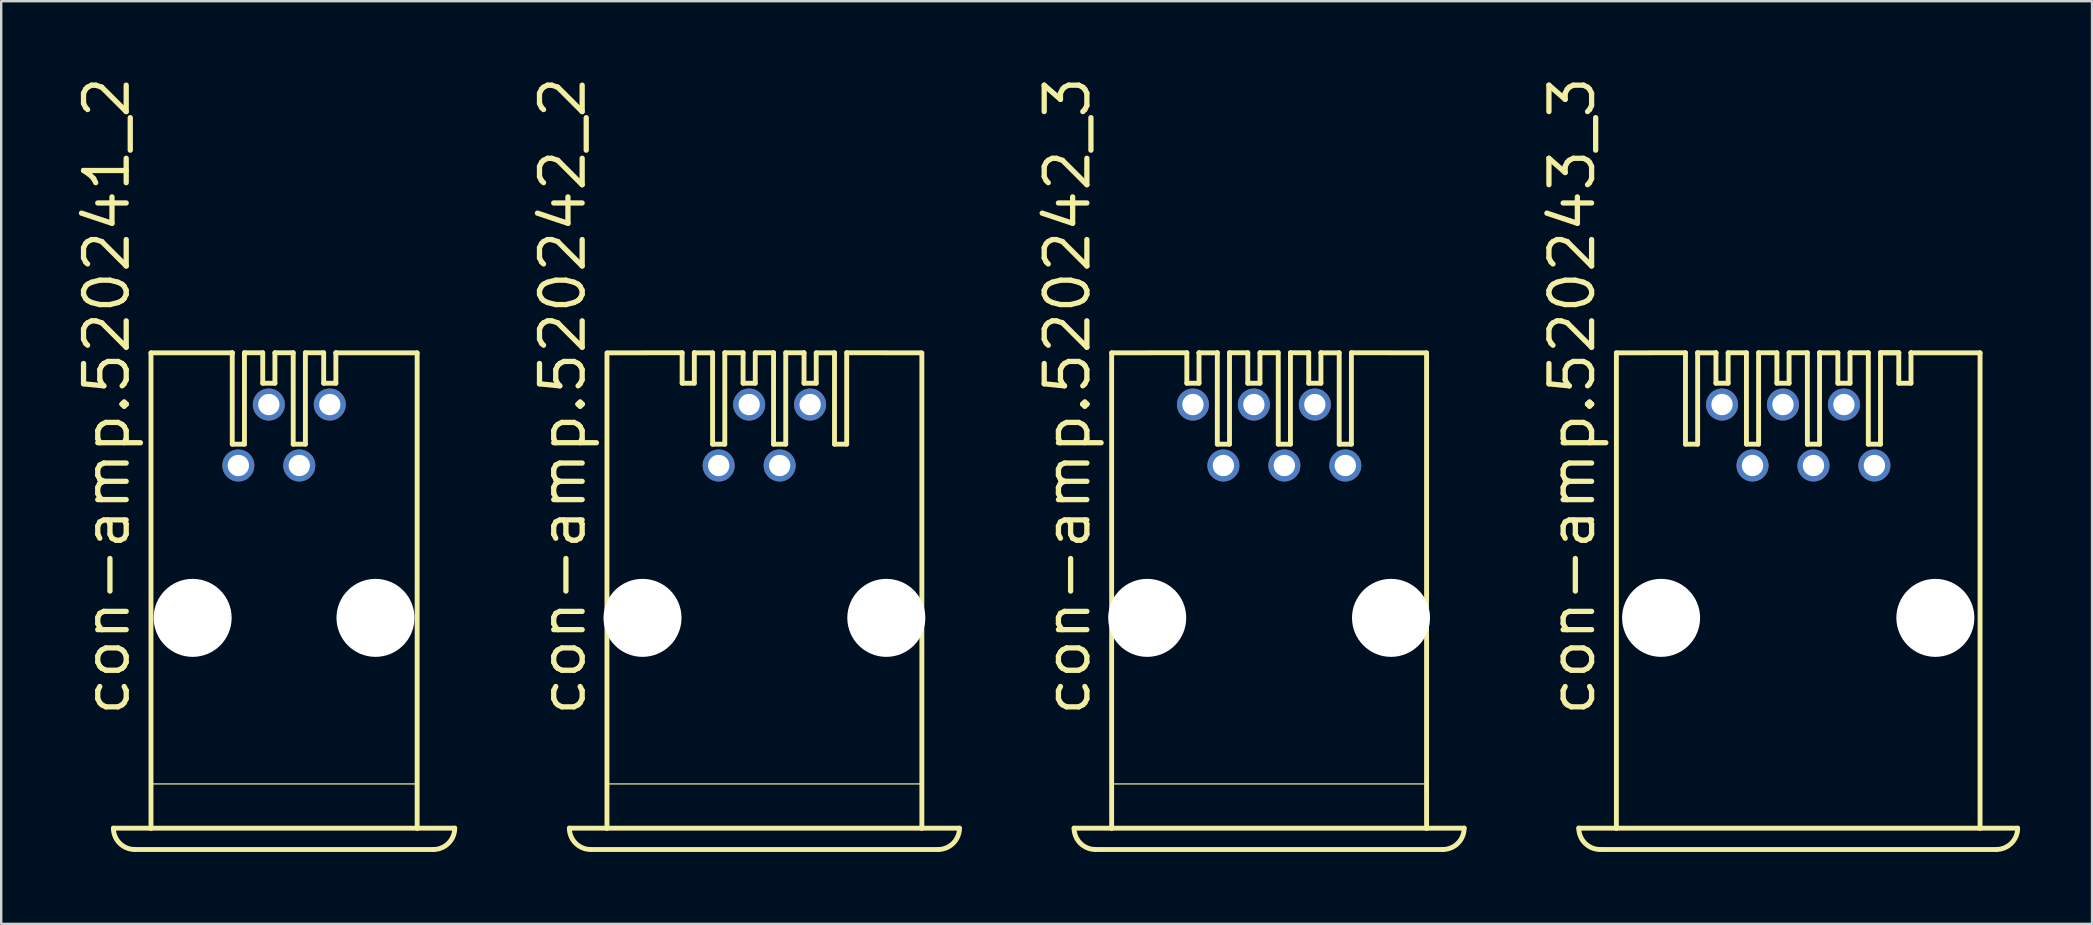
<source format=kicad_pcb>
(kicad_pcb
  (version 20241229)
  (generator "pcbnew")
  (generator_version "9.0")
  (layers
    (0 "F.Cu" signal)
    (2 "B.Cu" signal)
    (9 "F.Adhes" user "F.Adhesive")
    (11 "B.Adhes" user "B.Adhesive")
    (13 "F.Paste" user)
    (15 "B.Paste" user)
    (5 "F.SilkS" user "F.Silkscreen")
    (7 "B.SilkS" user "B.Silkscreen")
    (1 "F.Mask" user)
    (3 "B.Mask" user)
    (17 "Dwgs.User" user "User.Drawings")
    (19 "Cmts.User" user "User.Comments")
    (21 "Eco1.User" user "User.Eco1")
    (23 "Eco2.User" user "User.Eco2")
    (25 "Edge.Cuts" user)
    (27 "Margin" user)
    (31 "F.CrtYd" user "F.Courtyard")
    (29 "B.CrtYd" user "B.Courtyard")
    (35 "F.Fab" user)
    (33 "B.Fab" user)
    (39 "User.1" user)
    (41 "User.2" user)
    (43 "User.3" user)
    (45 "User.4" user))
  (footprint "con-amp.520242_2"
    (layer "F.Cu")
    (at 28.806 22.699)
    (property "Reference" "con-amp.520242_2" (at -7.366 4.191 90) (layer "F.SilkS") (effects (font (size 1.778 1.778) (thickness 0.22)) (justify left bottom)))
    (attr through_hole)
    (fp_line (start -8.128 8.763) (end 8.128 8.763) (stroke (width 0.203) (type default)) (layer "F.SilkS"))
    (fp_line (start -7.239 9.652) (end 7.239 9.652) (stroke (width 0.203) (type default)) (layer "F.SilkS"))
    (fp_line (start -6.562 -11.044) (end -6.562 8.776) (stroke (width 0.203) (type default)) (layer "F.SilkS"))
    (fp_line (start -6.54 6.921) (end 6.54 6.921) (stroke (width 0.051) (type default)) (layer "F.SilkS"))
    (fp_line (start -6.519 -11.044) (end -3.429 -11.049) (stroke (width 0.203) (type default)) (layer "F.SilkS"))
    (fp_line (start -3.429 -11.049) (end -3.429 -9.779) (stroke (width 0.203) (type default)) (layer "F.SilkS"))
    (fp_line (start -3.429 -9.779) (end -2.921 -9.779) (stroke (width 0.203) (type default)) (layer "F.SilkS"))
    (fp_line (start -2.921 -11.049) (end -2.921 -11.044) (stroke (width 0.203) (type default)) (layer "F.SilkS"))
    (fp_line (start -2.921 -11.044) (end -2.921 -9.779) (stroke (width 0.203) (type default)) (layer "F.SilkS"))
    (fp_line (start -2.921 -11.044) (end -2.159 -11.044) (stroke (width 0.203) (type default)) (layer "F.SilkS"))
    (fp_line (start -2.159 -11.044) (end -2.159 -7.239) (stroke (width 0.203) (type default)) (layer "F.SilkS"))
    (fp_line (start -2.159 -7.239) (end -1.651 -7.239) (stroke (width 0.203) (type default)) (layer "F.SilkS"))
    (fp_line (start -1.651 -11.049) (end -1.651 -7.239) (stroke (width 0.203) (type default)) (layer "F.SilkS"))
    (fp_line (start -1.651 -11.049) (end -0.889 -11.049) (stroke (width 0.203) (type default)) (layer "F.SilkS"))
    (fp_line (start -0.889 -11.049) (end -0.889 -9.779) (stroke (width 0.203) (type default)) (layer "F.SilkS"))
    (fp_line (start -0.889 -9.779) (end -0.381 -9.779) (stroke (width 0.203) (type default)) (layer "F.SilkS"))
    (fp_line (start -0.381 -11.049) (end -0.381 -9.779) (stroke (width 0.203) (type default)) (layer "F.SilkS"))
    (fp_line (start -0.381 -11.049) (end 0.381 -11.049) (stroke (width 0.203) (type default)) (layer "F.SilkS"))
    (fp_line (start 0.381 -11.049) (end 0.381 -7.239) (stroke (width 0.203) (type default)) (layer "F.SilkS"))
    (fp_line (start 0.381 -7.239) (end 0.889 -7.239) (stroke (width 0.203) (type default)) (layer "F.SilkS"))
    (fp_line (start 0.889 -11.049) (end 0.889 -7.239) (stroke (width 0.203) (type default)) (layer "F.SilkS"))
    (fp_line (start 0.889 -11.049) (end 1.651 -11.049) (stroke (width 0.203) (type default)) (layer "F.SilkS"))
    (fp_line (start 1.651 -11.049) (end 1.651 -9.779) (stroke (width 0.203) (type default)) (layer "F.SilkS"))
    (fp_line (start 1.651 -9.779) (end 2.159 -9.779) (stroke (width 0.203) (type default)) (layer "F.SilkS"))
    (fp_line (start 2.159 -11.044) (end 2.159 -9.779) (stroke (width 0.203) (type default)) (layer "F.SilkS"))
    (fp_line (start 2.159 -11.044) (end 2.921 -11.044) (stroke (width 0.203) (type default)) (layer "F.SilkS"))
    (fp_line (start 2.921 -11.049) (end 2.921 -7.239) (stroke (width 0.203) (type default)) (layer "F.SilkS"))
    (fp_line (start 2.921 -7.239) (end 3.429 -7.239) (stroke (width 0.203) (type default)) (layer "F.SilkS"))
    (fp_line (start 3.429 -11.049) (end 3.429 -7.239) (stroke (width 0.203) (type default)) (layer "F.SilkS"))
    (fp_line (start 3.429 -11.049) (end 6.519 -11.044) (stroke (width 0.203) (type default)) (layer "F.SilkS"))
    (fp_line (start 6.562 8.776) (end 6.562 -11.044) (stroke (width 0.203) (type default)) (layer "F.SilkS"))
    (fp_arc (start -7.239 9.652) (mid -7.867618 9.391618) (end -8.128 8.763) (stroke (width 0.2032) (type default)) (layer "F.SilkS"))
    (fp_arc (start 8.128 8.763) (mid 7.867618 9.391618) (end 7.239 9.652) (stroke (width 0.2032) (type default)) (layer "F.SilkS"))
    (pad "" np_thru_hole circle (at -5.08 0) (size 3.251 3.251) (drill 3.251) (layers "*.Cu" "*.Mask"))
    (pad "" np_thru_hole circle (at 5.08 0) (size 3.251 3.251) (drill 3.251) (layers "*.Cu" "*.Mask"))
    (pad "1" thru_hole circle (at -1.905 -6.35) (size 1.333 1.333) (drill 0.889) (layers "*.Cu" "*.Mask"))
    (pad "2" thru_hole circle (at -0.635 -8.89) (size 1.333 1.333) (drill 0.889) (layers "*.Cu" "*.Mask"))
    (pad "3" thru_hole circle (at 0.635 -6.35) (size 1.333 1.333) (drill 0.889) (layers "*.Cu" "*.Mask"))
    (pad "4" thru_hole circle (at 1.905 -8.89) (size 1.333 1.333) (drill 0.889) (layers "*.Cu" "*.Mask")))
  (footprint "con-amp.520242_3"
    (layer "F.Cu")
    (at 49.839 22.699)
    (property "Reference" "con-amp.520242_3" (at -7.366 4.191 90) (layer "F.SilkS") (effects (font (size 1.778 1.778) (thickness 0.22)) (justify left bottom)))
    (attr through_hole)
    (fp_line (start -6.562 -11.044) (end -3.429 -11.049) (stroke (width 0.203) (type default)) (layer "F.SilkS"))
    (fp_line (start -6.562 8.776) (end -6.562 -11.044) (stroke (width 0.203) (type default)) (layer "F.SilkS"))
    (fp_line (start -3.429 -11.049) (end -3.429 -9.779) (stroke (width 0.203) (type default)) (layer "F.SilkS"))
    (fp_line (start -3.429 -9.779) (end -2.921 -9.779) (stroke (width 0.203) (type default)) (layer "F.SilkS"))
    (fp_line (start -2.921 -11.049) (end -2.921 -11.044) (stroke (width 0.203) (type default)) (layer "F.SilkS"))
    (fp_line (start -2.921 -11.044) (end -2.921 -9.779) (stroke (width 0.203) (type default)) (layer "F.SilkS"))
    (fp_line (start -2.921 -11.044) (end -2.159 -11.044) (stroke (width 0.203) (type default)) (layer "F.SilkS"))
    (fp_line (start -2.159 -11.049) (end -2.159 -11.044) (stroke (width 0.203) (type default)) (layer "F.SilkS"))
    (fp_line (start -2.159 -11.044) (end -2.159 -7.239) (stroke (width 0.203) (type default)) (layer "F.SilkS"))
    (fp_line (start -2.159 -7.239) (end -1.651 -7.239) (stroke (width 0.203) (type default)) (layer "F.SilkS"))
    (fp_line (start -1.651 -11.049) (end -1.651 -7.239) (stroke (width 0.203) (type default)) (layer "F.SilkS"))
    (fp_line (start -1.651 -11.049) (end -0.889 -11.049) (stroke (width 0.203) (type default)) (layer "F.SilkS"))
    (fp_line (start -0.889 -11.049) (end -0.889 -9.779) (stroke (width 0.203) (type default)) (layer "F.SilkS"))
    (fp_line (start -0.889 -9.779) (end -0.381 -9.779) (stroke (width 0.203) (type default)) (layer "F.SilkS"))
    (fp_line (start -0.381 -11.049) (end -0.381 -9.779) (stroke (width 0.203) (type default)) (layer "F.SilkS"))
    (fp_line (start -0.381 -11.049) (end 0.381 -11.049) (stroke (width 0.203) (type default)) (layer "F.SilkS"))
    (fp_line (start 0.381 -11.049) (end 0.381 -7.239) (stroke (width 0.203) (type default)) (layer "F.SilkS"))
    (fp_line (start 0.381 -7.239) (end 0.889 -7.239) (stroke (width 0.203) (type default)) (layer "F.SilkS"))
    (fp_line (start 0.889 -11.049) (end 0.889 -7.239) (stroke (width 0.203) (type default)) (layer "F.SilkS"))
    (fp_line (start 0.889 -11.049) (end 1.651 -11.049) (stroke (width 0.203) (type default)) (layer "F.SilkS"))
    (fp_line (start 1.651 -11.049) (end 1.651 -9.779) (stroke (width 0.203) (type default)) (layer "F.SilkS"))
    (fp_line (start 1.651 -9.779) (end 2.159 -9.779) (stroke (width 0.203) (type default)) (layer "F.SilkS"))
    (fp_line (start 2.159 -11.049) (end 2.159 -11.044) (stroke (width 0.203) (type default)) (layer "F.SilkS"))
    (fp_line (start 2.159 -11.044) (end 2.159 -9.779) (stroke (width 0.203) (type default)) (layer "F.SilkS"))
    (fp_line (start 2.159 -11.044) (end 2.921 -11.044) (stroke (width 0.203) (type default)) (layer "F.SilkS"))
    (fp_line (start 2.921 -11.049) (end 2.921 -7.239) (stroke (width 0.203) (type default)) (layer "F.SilkS"))
    (fp_line (start 2.921 -7.239) (end 3.429 -7.239) (stroke (width 0.203) (type default)) (layer "F.SilkS"))
    (fp_line (start 3.429 -11.049) (end 3.429 -7.239) (stroke (width 0.203) (type default)) (layer "F.SilkS"))
    (fp_line (start 3.429 -11.049) (end 6.562 -11.044) (stroke (width 0.203) (type default)) (layer "F.SilkS"))
    (fp_line (start 6.54 6.921) (end -6.54 6.921) (stroke (width 0.051) (type default)) (layer "F.SilkS"))
    (fp_line (start 6.562 -11.044) (end 6.562 8.776) (stroke (width 0.203) (type default)) (layer "F.SilkS"))
    (fp_line (start 7.239 9.652) (end -7.239 9.652) (stroke (width 0.203) (type default)) (layer "F.SilkS"))
    (fp_line (start 8.128 8.763) (end -8.128 8.763) (stroke (width 0.203) (type default)) (layer "F.SilkS"))
    (fp_arc (start -7.239 9.652) (mid -7.867618 9.391618) (end -8.128 8.763) (stroke (width 0.2032) (type default)) (layer "F.SilkS"))
    (fp_arc (start 8.128 8.763) (mid 7.867618 9.391618) (end 7.239 9.652) (stroke (width 0.2032) (type default)) (layer "F.SilkS"))
    (pad "" np_thru_hole circle (at -5.08 0) (size 3.251 3.251) (drill 3.251) (layers "*.Cu" "*.Mask"))
    (pad "" np_thru_hole circle (at 5.08 0) (size 3.251 3.251) (drill 3.251) (layers "*.Cu" "*.Mask"))
    (pad "1" thru_hole circle (at -3.175 -8.89) (size 1.333 1.333) (drill 0.889) (layers "*.Cu" "*.Mask"))
    (pad "2" thru_hole circle (at -1.905 -6.35) (size 1.333 1.333) (drill 0.889) (layers "*.Cu" "*.Mask"))
    (pad "3" thru_hole circle (at -0.635 -8.89) (size 1.333 1.333) (drill 0.889) (layers "*.Cu" "*.Mask"))
    (pad "4" thru_hole circle (at 0.635 -6.35) (size 1.333 1.333) (drill 0.889) (layers "*.Cu" "*.Mask"))
    (pad "5" thru_hole circle (at 1.905 -8.89) (size 1.333 1.333) (drill 0.889) (layers "*.Cu" "*.Mask"))
    (pad "6" thru_hole circle (at 3.175 -6.35) (size 1.333 1.333) (drill 0.889) (layers "*.Cu" "*.Mask")))
  (footprint "con-amp.520243_3"
    (layer "F.Cu")
    (at 71.889 22.699)
    (property "Reference" "con-amp.520243_3" (at -8.382 4.191 90) (layer "F.SilkS") (effects (font (size 1.778 1.778) (thickness 0.22)) (justify left bottom)))
    (attr through_hole)
    (fp_line (start -7.578 -11.044) (end -4.699 -11.049) (stroke (width 0.203) (type default)) (layer "F.SilkS"))
    (fp_line (start -7.578 8.776) (end -7.578 -11.044) (stroke (width 0.203) (type default)) (layer "F.SilkS"))
    (fp_line (start -4.699 -11.049) (end -4.699 -7.239) (stroke (width 0.203) (type default)) (layer "F.SilkS"))
    (fp_line (start -4.699 -7.239) (end -4.191 -7.239) (stroke (width 0.203) (type default)) (layer "F.SilkS"))
    (fp_line (start -4.191 -11.049) (end -4.191 -11.044) (stroke (width 0.203) (type default)) (layer "F.SilkS"))
    (fp_line (start -4.191 -11.044) (end -4.191 -7.239) (stroke (width 0.203) (type default)) (layer "F.SilkS"))
    (fp_line (start -4.191 -11.044) (end -3.429 -11.044) (stroke (width 0.203) (type default)) (layer "F.SilkS"))
    (fp_line (start -3.429 -11.049) (end -3.429 -11.044) (stroke (width 0.203) (type default)) (layer "F.SilkS"))
    (fp_line (start -3.429 -11.044) (end -3.429 -9.779) (stroke (width 0.203) (type default)) (layer "F.SilkS"))
    (fp_line (start -3.429 -9.779) (end -2.921 -9.779) (stroke (width 0.203) (type default)) (layer "F.SilkS"))
    (fp_line (start -2.921 -11.049) (end -2.921 -9.779) (stroke (width 0.203) (type default)) (layer "F.SilkS"))
    (fp_line (start -2.921 -11.049) (end -2.159 -11.049) (stroke (width 0.203) (type default)) (layer "F.SilkS"))
    (fp_line (start -2.159 -11.049) (end -2.159 -7.239) (stroke (width 0.203) (type default)) (layer "F.SilkS"))
    (fp_line (start -2.159 -7.239) (end -1.651 -7.239) (stroke (width 0.203) (type default)) (layer "F.SilkS"))
    (fp_line (start -1.651 -11.049) (end -1.651 -7.239) (stroke (width 0.203) (type default)) (layer "F.SilkS"))
    (fp_line (start -1.651 -11.049) (end -0.889 -11.049) (stroke (width 0.203) (type default)) (layer "F.SilkS"))
    (fp_line (start -0.889 -11.049) (end -0.889 -9.779) (stroke (width 0.203) (type default)) (layer "F.SilkS"))
    (fp_line (start -0.889 -9.779) (end -0.381 -9.779) (stroke (width 0.203) (type default)) (layer "F.SilkS"))
    (fp_line (start -0.381 -11.049) (end -0.381 -9.779) (stroke (width 0.203) (type default)) (layer "F.SilkS"))
    (fp_line (start -0.381 -11.049) (end 0.381 -11.049) (stroke (width 0.203) (type default)) (layer "F.SilkS"))
    (fp_line (start 0.381 -11.049) (end 0.381 -7.239) (stroke (width 0.203) (type default)) (layer "F.SilkS"))
    (fp_line (start 0.381 -7.239) (end 0.889 -7.239) (stroke (width 0.203) (type default)) (layer "F.SilkS"))
    (fp_line (start 0.889 -11.049) (end 0.889 -11.044) (stroke (width 0.203) (type default)) (layer "F.SilkS"))
    (fp_line (start 0.889 -11.044) (end 0.889 -7.239) (stroke (width 0.203) (type default)) (layer "F.SilkS"))
    (fp_line (start 0.889 -11.044) (end 1.651 -11.044) (stroke (width 0.203) (type default)) (layer "F.SilkS"))
    (fp_line (start 1.651 -11.049) (end 1.651 -9.779) (stroke (width 0.203) (type default)) (layer "F.SilkS"))
    (fp_line (start 1.651 -9.779) (end 2.159 -9.779) (stroke (width 0.203) (type default)) (layer "F.SilkS"))
    (fp_line (start 2.159 -11.049) (end 2.159 -9.779) (stroke (width 0.203) (type default)) (layer "F.SilkS"))
    (fp_line (start 2.159 -11.049) (end 2.921 -11.049) (stroke (width 0.203) (type default)) (layer "F.SilkS"))
    (fp_line (start 2.921 -11.049) (end 2.921 -7.239) (stroke (width 0.203) (type default)) (layer "F.SilkS"))
    (fp_line (start 2.921 -7.239) (end 3.429 -7.239) (stroke (width 0.203) (type default)) (layer "F.SilkS"))
    (fp_line (start 3.429 -11.049) (end 3.429 -11.044) (stroke (width 0.203) (type default)) (layer "F.SilkS"))
    (fp_line (start 3.429 -11.049) (end 4.191 -11.049) (stroke (width 0.203) (type default)) (layer "F.SilkS"))
    (fp_line (start 3.429 -11.044) (end 3.429 -7.239) (stroke (width 0.203) (type default)) (layer "F.SilkS"))
    (fp_line (start 3.429 -11.044) (end 4.191 -11.044) (stroke (width 0.203) (type default)) (layer "F.SilkS"))
    (fp_line (start 4.191 -11.049) (end 4.191 -9.779) (stroke (width 0.203) (type default)) (layer "F.SilkS"))
    (fp_line (start 4.191 -9.779) (end 4.699 -9.779) (stroke (width 0.203) (type default)) (layer "F.SilkS"))
    (fp_line (start 4.699 -11.049) (end 4.699 -11.044) (stroke (width 0.203) (type default)) (layer "F.SilkS"))
    (fp_line (start 4.699 -11.044) (end 4.699 -9.779) (stroke (width 0.203) (type default)) (layer "F.SilkS"))
    (fp_line (start 4.699 -11.044) (end 7.578 -11.044) (stroke (width 0.203) (type default)) (layer "F.SilkS"))
    (fp_line (start 7.578 -11.044) (end 7.578 8.776) (stroke (width 0.203) (type default)) (layer "F.SilkS"))
    (fp_line (start 8.255 9.652) (end -8.255 9.652) (stroke (width 0.203) (type default)) (layer "F.SilkS"))
    (fp_line (start 9.144 8.763) (end -9.144 8.763) (stroke (width 0.203) (type default)) (layer "F.SilkS"))
    (fp_arc (start -8.255 9.652) (mid -8.883618 9.391618) (end -9.144 8.763) (stroke (width 0.2032) (type default)) (layer "F.SilkS"))
    (fp_arc (start 9.144 8.763) (mid 8.883618 9.391618) (end 8.255 9.652) (stroke (width 0.2032) (type default)) (layer "F.SilkS"))
    (pad "" np_thru_hole circle (at -5.715 0) (size 3.251 3.251) (drill 3.251) (layers "*.Cu" "*.Mask"))
    (pad "" np_thru_hole circle (at 5.715 0) (size 3.251 3.251) (drill 3.251) (layers "*.Cu" "*.Mask"))
    (pad "1" thru_hole circle (at -3.175 -8.89) (size 1.333 1.333) (drill 0.889) (layers "*.Cu" "*.Mask"))
    (pad "2" thru_hole circle (at -1.905 -6.35) (size 1.333 1.333) (drill 0.889) (layers "*.Cu" "*.Mask"))
    (pad "3" thru_hole circle (at -0.635 -8.89) (size 1.333 1.333) (drill 0.889) (layers "*.Cu" "*.Mask"))
    (pad "4" thru_hole circle (at 0.635 -6.35) (size 1.333 1.333) (drill 0.889) (layers "*.Cu" "*.Mask"))
    (pad "5" thru_hole circle (at 1.905 -8.89) (size 1.333 1.333) (drill 0.889) (layers "*.Cu" "*.Mask"))
    (pad "6" thru_hole circle (at 3.175 -6.35) (size 1.333 1.333) (drill 0.889) (layers "*.Cu" "*.Mask")))
  (footprint "con-amp.520241_2"
    (layer "F.Cu")
    (at 8.788 22.699)
    (property "Reference" "con-amp.520241_2" (at -6.35 4.191 90) (layer "F.SilkS") (effects (font (size 1.778 1.778) (thickness 0.22)) (justify left bottom)))
    (attr through_hole)
    (fp_line (start -5.546 -11.044) (end -2.159 -11.044) (stroke (width 0.203) (type default)) (layer "F.SilkS"))
    (fp_line (start -5.546 8.776) (end -5.546 -11.044) (stroke (width 0.203) (type default)) (layer "F.SilkS"))
    (fp_line (start -5.524 6.921) (end 5.524 6.921) (stroke (width 0.051) (type default)) (layer "F.SilkS"))
    (fp_line (start -2.159 -11.049) (end -2.159 -11.044) (stroke (width 0.203) (type default)) (layer "F.SilkS"))
    (fp_line (start -2.159 -11.044) (end -2.159 -7.239) (stroke (width 0.203) (type default)) (layer "F.SilkS"))
    (fp_line (start -2.159 -7.239) (end -1.651 -7.239) (stroke (width 0.203) (type default)) (layer "F.SilkS"))
    (fp_line (start -1.651 -11.049) (end -1.651 -7.239) (stroke (width 0.203) (type default)) (layer "F.SilkS"))
    (fp_line (start -1.651 -11.049) (end -0.889 -11.049) (stroke (width 0.203) (type default)) (layer "F.SilkS"))
    (fp_line (start -0.889 -11.049) (end -0.889 -9.779) (stroke (width 0.203) (type default)) (layer "F.SilkS"))
    (fp_line (start -0.889 -9.779) (end -0.381 -9.779) (stroke (width 0.203) (type default)) (layer "F.SilkS"))
    (fp_line (start -0.381 -11.049) (end -0.381 -9.779) (stroke (width 0.203) (type default)) (layer "F.SilkS"))
    (fp_line (start -0.381 -11.049) (end 0.381 -11.049) (stroke (width 0.203) (type default)) (layer "F.SilkS"))
    (fp_line (start 0.381 -11.049) (end 0.381 -7.239) (stroke (width 0.203) (type default)) (layer "F.SilkS"))
    (fp_line (start 0.381 -7.239) (end 0.889 -7.239) (stroke (width 0.203) (type default)) (layer "F.SilkS"))
    (fp_line (start 0.889 -11.049) (end 0.889 -7.239) (stroke (width 0.203) (type default)) (layer "F.SilkS"))
    (fp_line (start 0.889 -11.049) (end 1.651 -11.049) (stroke (width 0.203) (type default)) (layer "F.SilkS"))
    (fp_line (start 1.651 -11.049) (end 1.651 -9.779) (stroke (width 0.203) (type default)) (layer "F.SilkS"))
    (fp_line (start 1.651 -9.779) (end 2.159 -9.779) (stroke (width 0.203) (type default)) (layer "F.SilkS"))
    (fp_line (start 2.159 -11.049) (end 2.159 -11.044) (stroke (width 0.203) (type default)) (layer "F.SilkS"))
    (fp_line (start 2.159 -11.044) (end 2.159 -9.779) (stroke (width 0.203) (type default)) (layer "F.SilkS"))
    (fp_line (start 2.159 -11.044) (end 5.546 -11.044) (stroke (width 0.203) (type default)) (layer "F.SilkS"))
    (fp_line (start 5.546 -11.044) (end 5.546 8.776) (stroke (width 0.203) (type default)) (layer "F.SilkS"))
    (fp_line (start 6.223 9.652) (end -6.223 9.652) (stroke (width 0.203) (type default)) (layer "F.SilkS"))
    (fp_line (start 7.112 8.763) (end -7.112 8.763) (stroke (width 0.203) (type default)) (layer "F.SilkS"))
    (fp_arc (start -6.223 9.652) (mid -6.851618 9.391618) (end -7.112 8.763) (stroke (width 0.2032) (type default)) (layer "F.SilkS"))
    (fp_arc (start 7.112 8.763) (mid 6.851618 9.391618) (end 6.223 9.652) (stroke (width 0.2032) (type default)) (layer "F.SilkS"))
    (pad "" np_thru_hole circle (at -3.81 0) (size 3.251 3.251) (drill 3.251) (layers "*.Cu" "*.Mask"))
    (pad "" np_thru_hole circle (at 3.81 0) (size 3.251 3.251) (drill 3.251) (layers "*.Cu" "*.Mask"))
    (pad "1" thru_hole circle (at -1.905 -6.35) (size 1.333 1.333) (drill 0.889) (layers "*.Cu" "*.Mask"))
    (pad "2" thru_hole circle (at -0.635 -8.89) (size 1.333 1.333) (drill 0.889) (layers "*.Cu" "*.Mask"))
    (pad "3" thru_hole circle (at 0.635 -6.35) (size 1.333 1.333) (drill 0.889) (layers "*.Cu" "*.Mask"))
    (pad "4" thru_hole circle (at 1.905 -8.89) (size 1.333 1.333) (drill 0.889) (layers "*.Cu" "*.Mask")))
  (gr_rect
    (start -3 -3)
    (end 84.134 35.452)
    (stroke (width 0.1) (type default))
    (fill no)
    (layer "Edge.Cuts")))
</source>
